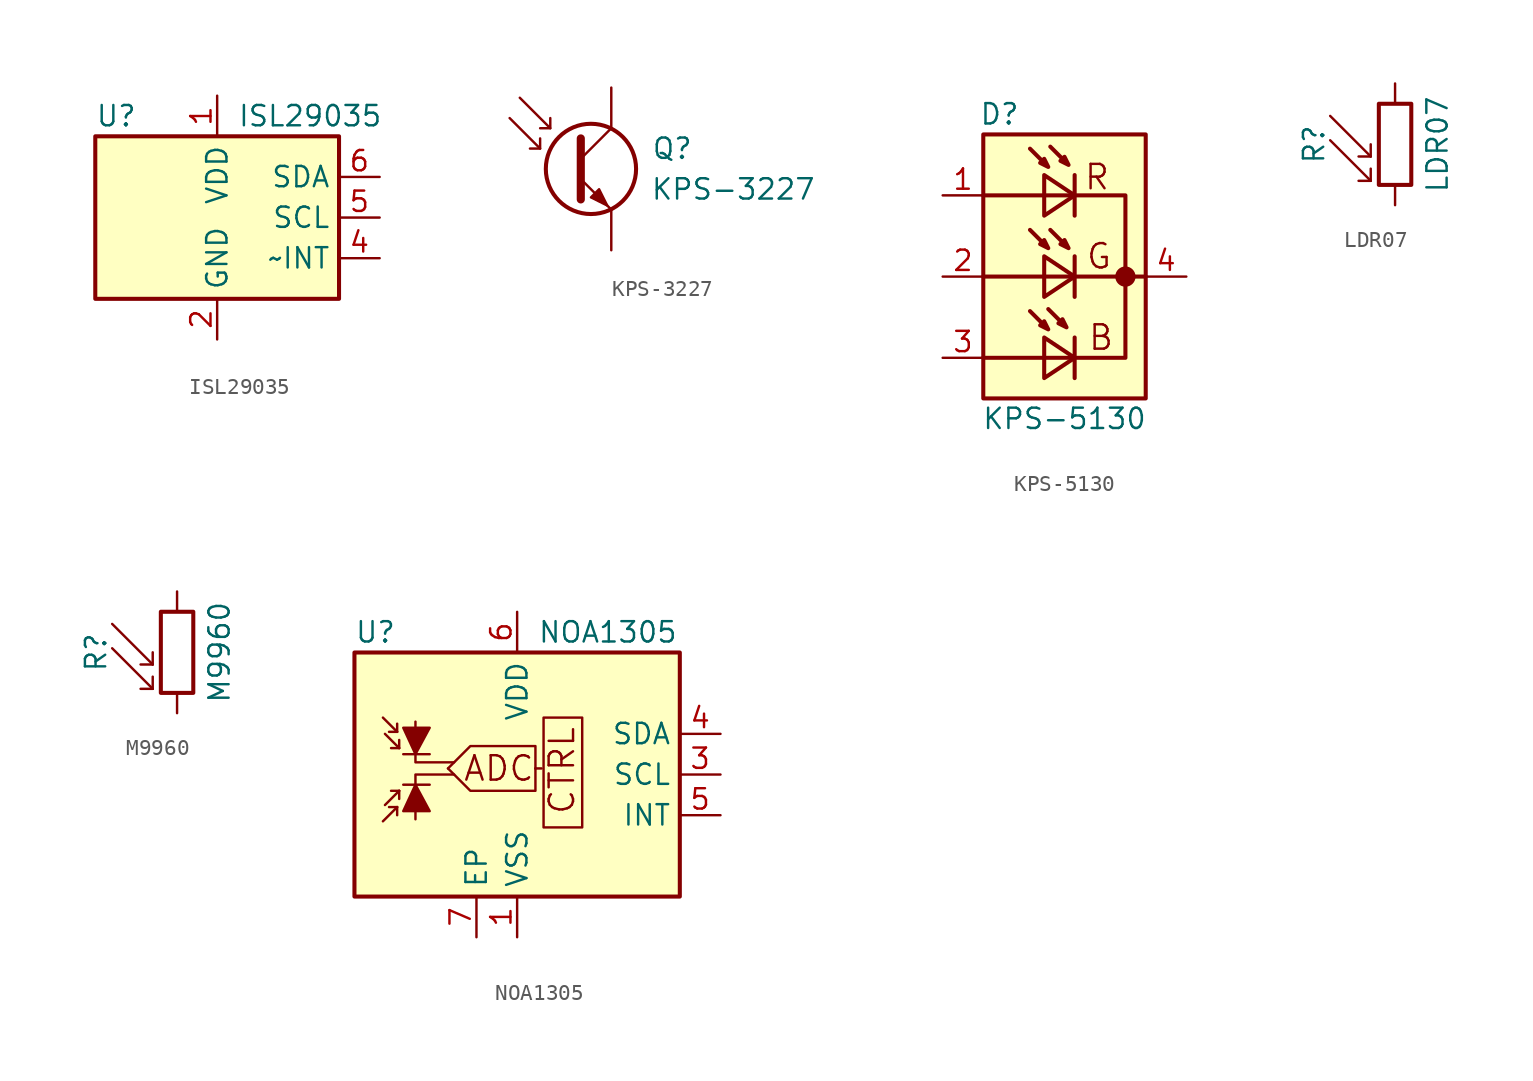
<source format=kicad_sym>
(kicad_symbol_lib
  (version 20241209)
  (generator "kicad_symbol_editor")
  (generator_version "9.0")
  (symbol "ISL29035"
    (property "Reference" "U"
      (at -7.62 6.35 0)
      (effects (font (size 1.27 1.27)) (justify left)))
    (property "Value" "ISL29035"
      (at 1.27 6.35 0)
      (effects (font (size 1.27 1.27)) (justify left)))
    (symbol "ISL29035_0_1"
      (rectangle (start -7.62 5.08) (end 7.62 -5.08) (stroke (width 0.254) (type default)) (fill (type background))))
    (symbol "ISL29035_1_1"
      (pin no_connect line (at -7.62 0 0) (length 2.54) (hide yes) (name "NC" (effects (font (size 1.27 1.27)))) (number "3" (effects (font (size 1.27 1.27)))))
      (pin power_in line (at 0 7.62 270) (length 2.54) (name "VDD" (effects (font (size 1.27 1.27)))) (number "1" (effects (font (size 1.27 1.27)))))
      (pin power_in line (at 0 -7.62 90) (length 2.54) (name "GND" (effects (font (size 1.27 1.27)))) (number "2" (effects (font (size 1.27 1.27)))))
      (pin bidirectional line (at 10.16 2.54 180) (length 2.54) (name "SDA" (effects (font (size 1.27 1.27)))) (number "6" (effects (font (size 1.27 1.27)))))
      (pin input line (at 10.16 0 180) (length 2.54) (name "SCL" (effects (font (size 1.27 1.27)))) (number "5" (effects (font (size 1.27 1.27)))))
      (pin open_collector line (at 10.16 -2.54 180) (length 2.54) (name "~INT" (effects (font (size 1.27 1.27)))) (number "4" (effects (font (size 1.27 1.27)))))))
  (symbol "KPS-3227"
    (pin_numbers
      (hide yes))
    (property "Reference" "Q"
      (at 3.81 1.27 0)
      (effects (font (size 1.27 1.27))))
    (property "Value" "KPS-3227"
      (at 7.62 -1.27 0)
      (effects (font (size 1.27 1.27))))
    (symbol "KPS-3227_1_1"
      (polyline (pts (xy -6.35 3.175) (xy -4.445 1.27) (xy -4.445 1.905)) (stroke (width 0) (type default)) (fill (type none)))
      (polyline (pts (xy -5.715 4.445) (xy -3.81 2.54) (xy -3.81 3.175)) (stroke (width 0) (type default)) (fill (type none)))
      (polyline (pts (xy -4.445 1.27) (xy -5.08 1.27)) (stroke (width 0) (type default)) (fill (type none)))
      (polyline (pts (xy -3.81 2.54) (xy -4.445 2.54)) (stroke (width 0) (type default)) (fill (type none)))
      (polyline (pts (xy -1.905 1.905) (xy -1.905 -1.905) (xy -1.905 -1.905)) (stroke (width 0.508) (type default)) (fill (type none)))
      (polyline (pts (xy -1.905 0.635) (xy 0 2.54)) (stroke (width 0) (type default)) (fill (type none)))
      (polyline (pts (xy -1.905 -0.635) (xy 0 -2.54) (xy 0 -2.54)) (stroke (width 0) (type default)) (fill (type none)))
      (circle (center -1.27 0) (radius 2.819) (stroke (width 0.254) (type default)) (fill (type none)))
      (polyline (pts (xy -1.27 -1.778) (xy -0.762 -1.27) (xy -0.254 -2.286) (xy -1.27 -1.778) (xy -1.27 -1.778)) (stroke (width 0) (type default)) (fill (type outline)))
      (pin passive line (at 0 5.08 270) (length 2.54) (name "~" (effects (font (size 1.27 1.27)))) (number "1" (effects (font (size 1.27 1.27)))))
      (pin passive line (at 0 5.08 270) (length 2.54) (hide yes) (name "~" (effects (font (size 1.27 1.27)))) (number "3" (effects (font (size 1.27 1.27)))))
      (pin passive line (at 0 -5.08 90) (length 2.54) (name "~" (effects (font (size 1.27 1.27)))) (number "2" (effects (font (size 1.27 1.27)))))
      (pin passive line (at 0 -5.08 90) (length 2.54) (hide yes) (name "~" (effects (font (size 1.27 1.27)))) (number "4" (effects (font (size 1.27 1.27)))))))
  (symbol "KPS-5130"
    (pin_names
      (hide yes))
    (property "Reference" "D"
      (at -4.064 10.16 0)
      (effects (font (size 1.27 1.27))))
    (property "Value" "KPS-5130"
      (at 0 -8.89 0)
      (effects (font (size 1.27 1.27))))
    (symbol "KPS-5130_0_0"
      (text "R" (at 2.032 6.223 0) (effects (font (size 1.524 1.524))))
      (text "G" (at 2.159 1.27 0) (effects (font (size 1.524 1.524))))
      (text "B" (at 2.286 -3.81 0) (effects (font (size 1.524 1.524)))))
    (symbol "KPS-5130_0_1"
      (polyline (pts (xy -5.08 5.08) (xy 3.81 5.08) (xy 3.81 -5.08) (xy -5.08 -5.08)) (stroke (width 0.254) (type default)) (fill (type none)))
      (polyline (pts (xy -2.159 8.001) (xy -1.016 6.858) (xy -1.27 7.366) (xy -1.524 7.112) (xy -1.016 6.858)) (stroke (width 0.254) (type default)) (fill (type none)))
      (polyline (pts (xy -2.159 2.921) (xy -1.016 1.778) (xy -1.27 2.286) (xy -1.524 2.032) (xy -1.016 1.778)) (stroke (width 0.254) (type default)) (fill (type none)))
      (polyline (pts (xy -2.159 -2.159) (xy -1.016 -3.302) (xy -1.27 -2.794) (xy -1.524 -3.048) (xy -1.016 -3.302)) (stroke (width 0.254) (type default)) (fill (type none)))
      (polyline (pts (xy -1.016 -2.032) (xy 0.127 -3.175) (xy -0.127 -2.667) (xy -0.381 -2.921) (xy 0.127 -3.175)) (stroke (width 0.254) (type default)) (fill (type none)))
      (polyline (pts (xy -0.889 8.128) (xy 0.254 6.985) (xy 0 7.493) (xy -0.254 7.239) (xy 0.254 6.985)) (stroke (width 0.254) (type default)) (fill (type none)))
      (polyline (pts (xy -0.889 2.921) (xy 0.254 1.778) (xy 0 2.286) (xy -0.254 2.032) (xy 0.254 1.778)) (stroke (width 0.254) (type default)) (fill (type none)))
      (polyline (pts (xy 0.635 6.35) (xy 0.635 3.81) (xy 0.635 5.08) (xy -1.27 6.35) (xy -1.27 3.81) (xy 0.635 5.08)) (stroke (width 0.254) (type default)) (fill (type none)))
      (polyline (pts (xy 0.635 1.27) (xy 0.635 -1.27) (xy 0.635 0) (xy -1.27 1.27) (xy -1.27 -1.27) (xy 0.635 0)) (stroke (width 0.254) (type default)) (fill (type none)))
      (polyline (pts (xy 0.635 -3.81) (xy 0.635 -6.35) (xy 0.635 -5.08) (xy -1.27 -3.81) (xy -1.27 -6.35) (xy 0.635 -5.08)) (stroke (width 0.254) (type default)) (fill (type none)))
      (circle (center 3.81 0) (radius 0.508) (stroke (width 0.254) (type default)) (fill (type outline)))
      (polyline (pts (xy 5.08 0) (xy -5.08 0)) (stroke (width 0.254) (type default)) (fill (type none))))
    (symbol "KPS-5130_1_1"
      (rectangle (start 5.08 8.89) (end -5.08 -7.62) (stroke (width 0.254) (type default)) (fill (type background)))
      (pin passive line (at -7.62 5.08 0) (length 2.54) (name "AR" (effects (font (size 1.27 1.27)))) (number "1" (effects (font (size 1.27 1.27)))))
      (pin passive line (at -7.62 0 0) (length 2.54) (name "AG" (effects (font (size 1.27 1.27)))) (number "2" (effects (font (size 1.27 1.27)))))
      (pin passive line (at -7.62 -5.08 0) (length 2.54) (name "AB" (effects (font (size 1.27 1.27)))) (number "3" (effects (font (size 1.27 1.27)))))
      (pin passive line (at 7.62 0 180) (length 2.54) (name "C" (effects (font (size 1.27 1.27)))) (number "4" (effects (font (size 1.27 1.27)))))))
  (symbol "LDR07"
    (pin_numbers
      (hide yes))
    (pin_names
      (offset 0))
    (property "Reference" "R"
      (at -5.08 0 90)
      (effects (font (size 1.27 1.27))))
    (property "Value" "LDR07"
      (at 1.905 0 90)
      (effects (font (size 1.27 1.27)) (justify top)))
    (symbol "LDR07_0_1"
      (polyline (pts (xy -1.524 -0.762) (xy -4.064 1.778)) (stroke (width 0) (type default)) (fill (type none)))
      (polyline (pts (xy -1.524 -0.762) (xy -2.286 -0.762)) (stroke (width 0) (type default)) (fill (type none)))
      (polyline (pts (xy -1.524 -0.762) (xy -1.524 0)) (stroke (width 0) (type default)) (fill (type none)))
      (polyline (pts (xy -1.524 -2.286) (xy -4.064 0.254)) (stroke (width 0) (type default)) (fill (type none)))
      (polyline (pts (xy -1.524 -2.286) (xy -2.286 -2.286)) (stroke (width 0) (type default)) (fill (type none)))
      (polyline (pts (xy -1.524 -2.286) (xy -1.524 -1.524)) (stroke (width 0) (type default)) (fill (type none)))
      (rectangle (start -1.016 2.54) (end 1.016 -2.54) (stroke (width 0.254) (type default)) (fill (type none))))
    (symbol "LDR07_1_1"
      (pin passive line (at 0 3.81 270) (length 1.27) (name "~" (effects (font (size 1.27 1.27)))) (number "1" (effects (font (size 1.27 1.27)))))
      (pin passive line (at 0 -3.81 90) (length 1.27) (name "~" (effects (font (size 1.27 1.27)))) (number "2" (effects (font (size 1.27 1.27)))))))
  (symbol "M9960"
    (pin_numbers
      (hide yes))
    (pin_names
      (offset 0))
    (property "Reference" "R"
      (at -5.08 0 90)
      (effects (font (size 1.27 1.27))))
    (property "Value" "M9960"
      (at 1.905 0 90)
      (effects (font (size 1.27 1.27)) (justify top)))
    (symbol "M9960_0_1"
      (polyline (pts (xy -1.524 -0.762) (xy -4.064 1.778)) (stroke (width 0) (type default)) (fill (type none)))
      (polyline (pts (xy -1.524 -0.762) (xy -2.286 -0.762)) (stroke (width 0) (type default)) (fill (type none)))
      (polyline (pts (xy -1.524 -0.762) (xy -1.524 0)) (stroke (width 0) (type default)) (fill (type none)))
      (polyline (pts (xy -1.524 -2.286) (xy -4.064 0.254)) (stroke (width 0) (type default)) (fill (type none)))
      (polyline (pts (xy -1.524 -2.286) (xy -2.286 -2.286)) (stroke (width 0) (type default)) (fill (type none)))
      (polyline (pts (xy -1.524 -2.286) (xy -1.524 -1.524)) (stroke (width 0) (type default)) (fill (type none)))
      (rectangle (start -1.016 2.54) (end 1.016 -2.54) (stroke (width 0.254) (type default)) (fill (type none))))
    (symbol "M9960_1_1"
      (pin passive line (at 0 3.81 270) (length 1.27) (name "~" (effects (font (size 1.27 1.27)))) (number "1" (effects (font (size 1.27 1.27)))))
      (pin passive line (at 0 -3.81 90) (length 1.27) (name "~" (effects (font (size 1.27 1.27)))) (number "2" (effects (font (size 1.27 1.27)))))))
  (symbol "NOA1305"
    (property "Reference" "U"
      (at -10.16 8.89 0)
      (effects (font (size 1.27 1.27)) (justify left)))
    (property "Value" "NOA1305"
      (at 1.27 8.89 0)
      (effects (font (size 1.27 1.27)) (justify left)))
    (symbol "NOA1305_0_0"
      (polyline (pts (xy -6.35 3.302) (xy -6.35 0.762) (xy -3.937 0.762)) (stroke (width 0) (type default)) (fill (type none)))
      (polyline (pts (xy -6.35 -2.794) (xy -6.35 0) (xy -3.937 0)) (stroke (width 0) (type default)) (fill (type none)))
      (polyline (pts (xy -4.318 0.381) (xy -2.921 1.778) (xy 1.143 1.778) (xy 1.143 0.381)) (stroke (width 0) (type default)) (fill (type none)))
      (polyline (pts (xy -4.318 0.381) (xy -2.921 -1.016) (xy 1.143 -1.016) (xy 1.143 0.381)) (stroke (width 0) (type default)) (fill (type none)))
      (polyline (pts (xy 1.143 0.381) (xy 1.524 0.381)) (stroke (width 0) (type default)) (fill (type none)))
      (rectangle (start 1.651 3.556) (end 4.064 -3.302) (stroke (width 0) (type default)) (fill (type none)))
      (text "ADC" (at -1.143 0.381 0) (effects (font (size 1.524 1.524))))
      (text "CTRL" (at 2.794 0.254 900) (effects (font (size 1.524 1.524)))))
    (symbol "NOA1305_0_1"
      (polyline (pts (xy -7.493 2.667) (xy -8.382 3.556)) (stroke (width 0) (type default)) (fill (type none)))
      (polyline (pts (xy -7.493 2.667) (xy -8.001 2.667)) (stroke (width 0) (type default)) (fill (type none)))
      (polyline (pts (xy -7.493 2.667) (xy -7.493 3.175)) (stroke (width 0) (type default)) (fill (type none)))
      (polyline (pts (xy -7.493 -2.032) (xy -8.382 -2.921)) (stroke (width 0) (type default)) (fill (type none)))
      (polyline (pts (xy -7.493 -2.032) (xy -8.001 -2.032)) (stroke (width 0) (type default)) (fill (type none)))
      (polyline (pts (xy -7.493 -2.032) (xy -7.493 -2.54)) (stroke (width 0) (type default)) (fill (type none)))
      (polyline (pts (xy -7.366 1.651) (xy -8.255 2.54)) (stroke (width 0) (type default)) (fill (type none)))
      (polyline (pts (xy -7.366 1.651) (xy -7.874 1.651)) (stroke (width 0) (type default)) (fill (type none)))
      (polyline (pts (xy -7.366 1.651) (xy -7.366 2.159)) (stroke (width 0) (type default)) (fill (type none)))
      (polyline (pts (xy -7.366 -1.016) (xy -8.255 -1.905)) (stroke (width 0) (type default)) (fill (type none)))
      (polyline (pts (xy -7.366 -1.016) (xy -7.874 -1.016)) (stroke (width 0) (type default)) (fill (type none)))
      (polyline (pts (xy -7.366 -1.016) (xy -7.366 -1.524)) (stroke (width 0) (type default)) (fill (type none)))
      (polyline (pts (xy -7.112 2.921) (xy -5.461 2.921) (xy -6.35 1.27) (xy -7.112 2.921)) (stroke (width 0) (type default)) (fill (type outline)))
      (polyline (pts (xy -7.112 1.27) (xy -5.461 1.27)) (stroke (width 0) (type default)) (fill (type none)))
      (polyline (pts (xy -7.112 -0.635) (xy -5.461 -0.635)) (stroke (width 0) (type default)) (fill (type none)))
      (polyline (pts (xy -7.112 -2.286) (xy -5.461 -2.286) (xy -6.35 -0.635) (xy -7.112 -2.286)) (stroke (width 0) (type default)) (fill (type outline)))
      (rectangle (start 10.16 7.62) (end -10.16 -7.62) (stroke (width 0.254) (type default)) (fill (type background))))
    (symbol "NOA1305_1_1"
      (pin no_connect line (at -10.16 5.08 0) (length 2.54) (hide yes) (name "NC" (effects (font (size 1.27 1.27)))) (number "2" (effects (font (size 1.27 1.27)))))
      (pin passive line (at -2.54 -10.16 90) (length 2.54) (name "EP" (effects (font (size 1.27 1.27)))) (number "7" (effects (font (size 1.27 1.27)))))
      (pin power_in line (at 0 10.16 270) (length 2.54) (name "VDD" (effects (font (size 1.27 1.27)))) (number "6" (effects (font (size 1.27 1.27)))))
      (pin power_in line (at 0 -10.16 90) (length 2.54) (name "VSS" (effects (font (size 1.27 1.27)))) (number "1" (effects (font (size 1.27 1.27)))))
      (pin bidirectional line (at 12.7 2.54 180) (length 2.54) (name "SDA" (effects (font (size 1.27 1.27)))) (number "4" (effects (font (size 1.27 1.27)))))
      (pin input line (at 12.7 0 180) (length 2.54) (name "SCL" (effects (font (size 1.27 1.27)))) (number "3" (effects (font (size 1.27 1.27)))))
      (pin open_collector line (at 12.7 -2.54 180) (length 2.54) (name "INT" (effects (font (size 1.27 1.27)))) (number "5" (effects (font (size 1.27 1.27))))))))
</source>
